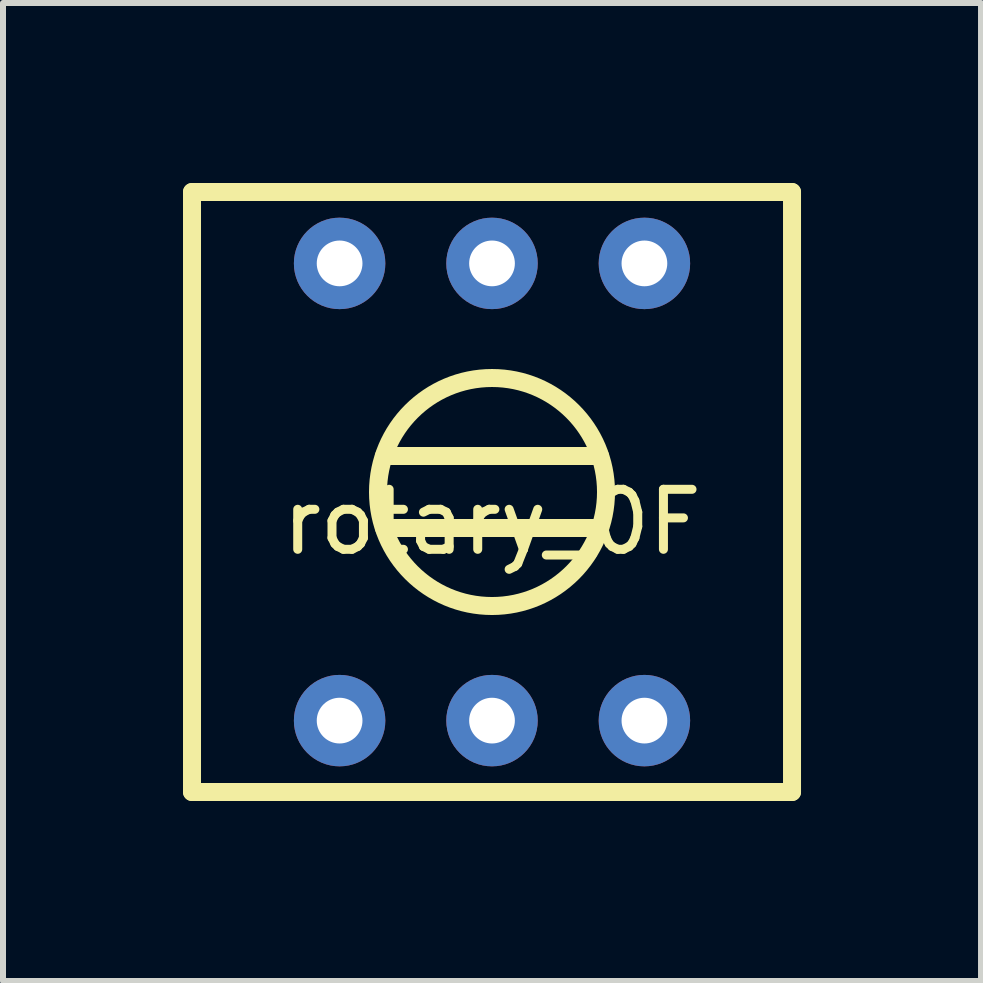
<source format=kicad_pcb>
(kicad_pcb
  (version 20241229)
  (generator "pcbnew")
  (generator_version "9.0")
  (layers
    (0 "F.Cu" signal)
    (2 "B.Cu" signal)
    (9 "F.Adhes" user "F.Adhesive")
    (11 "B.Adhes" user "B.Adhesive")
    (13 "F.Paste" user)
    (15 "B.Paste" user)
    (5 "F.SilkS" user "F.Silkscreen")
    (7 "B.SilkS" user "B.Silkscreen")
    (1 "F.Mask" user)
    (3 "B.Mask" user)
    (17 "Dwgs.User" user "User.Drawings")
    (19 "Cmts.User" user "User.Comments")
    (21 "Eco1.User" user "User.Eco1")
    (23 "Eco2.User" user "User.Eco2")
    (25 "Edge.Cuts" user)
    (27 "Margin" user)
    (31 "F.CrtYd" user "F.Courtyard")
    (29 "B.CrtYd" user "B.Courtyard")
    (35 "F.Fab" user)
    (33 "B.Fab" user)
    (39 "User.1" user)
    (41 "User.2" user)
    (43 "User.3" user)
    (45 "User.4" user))
  (footprint "rotary_0F"
    (layer "F.Cu")
    (at 5.15 5.15)
    (property "Reference" "rotary_0F" (at 0 0.5 0) (layer "F.SilkS") (effects (font (size 1 1) (thickness 0.15))))
    (attr through_hole)
    (fp_line (start -5 -5) (end 5 -5) (stroke (width 0.3) (type solid)) (layer "F.SilkS"))
    (fp_line (start -5 5) (end -5 -5) (stroke (width 0.3) (type solid)) (layer "F.SilkS"))
    (fp_line (start -1.8 -0.6) (end 1.8 -0.6) (stroke (width 0.3) (type solid)) (layer "F.SilkS"))
    (fp_line (start -1.8 0.6) (end 1.7 0.6) (stroke (width 0.3) (type solid)) (layer "F.SilkS"))
    (fp_line (start 5 -5) (end 5 5) (stroke (width 0.3) (type solid)) (layer "F.SilkS"))
    (fp_line (start 5 5) (end -5 5) (stroke (width 0.3) (type solid)) (layer "F.SilkS"))
    (fp_circle (center 0 0) (end 1.9 0) (stroke (width 0.3) (type solid)) (fill no) (layer "F.SilkS"))
    (pad "1" thru_hole circle (at -2.54 3.81) (size 1.524 1.524) (drill 0.762) (layers "*.Cu" "*.Mask"))
    (pad "2" thru_hole circle (at 0 3.81) (size 1.524 1.524) (drill 0.762) (layers "*.Cu" "*.Mask"))
    (pad "3" thru_hole circle (at 2.54 3.81) (size 1.524 1.524) (drill 0.762) (layers "*.Cu" "*.Mask"))
    (pad "4" thru_hole circle (at 2.54 -3.81) (size 1.524 1.524) (drill 0.762) (layers "*.Cu" "*.Mask"))
    (pad "5" thru_hole circle (at 0 -3.81) (size 1.524 1.524) (drill 0.762) (layers "*.Cu" "*.Mask"))
    (pad "6" thru_hole circle (at -2.54 -3.81) (size 1.524 1.524) (drill 0.762) (layers "*.Cu" "*.Mask")))
  (gr_rect
    (start -3 -3)
    (end 13.3 13.3)
    (stroke (width 0.1) (type default))
    (fill no)
    (layer "Edge.Cuts")))
</source>
